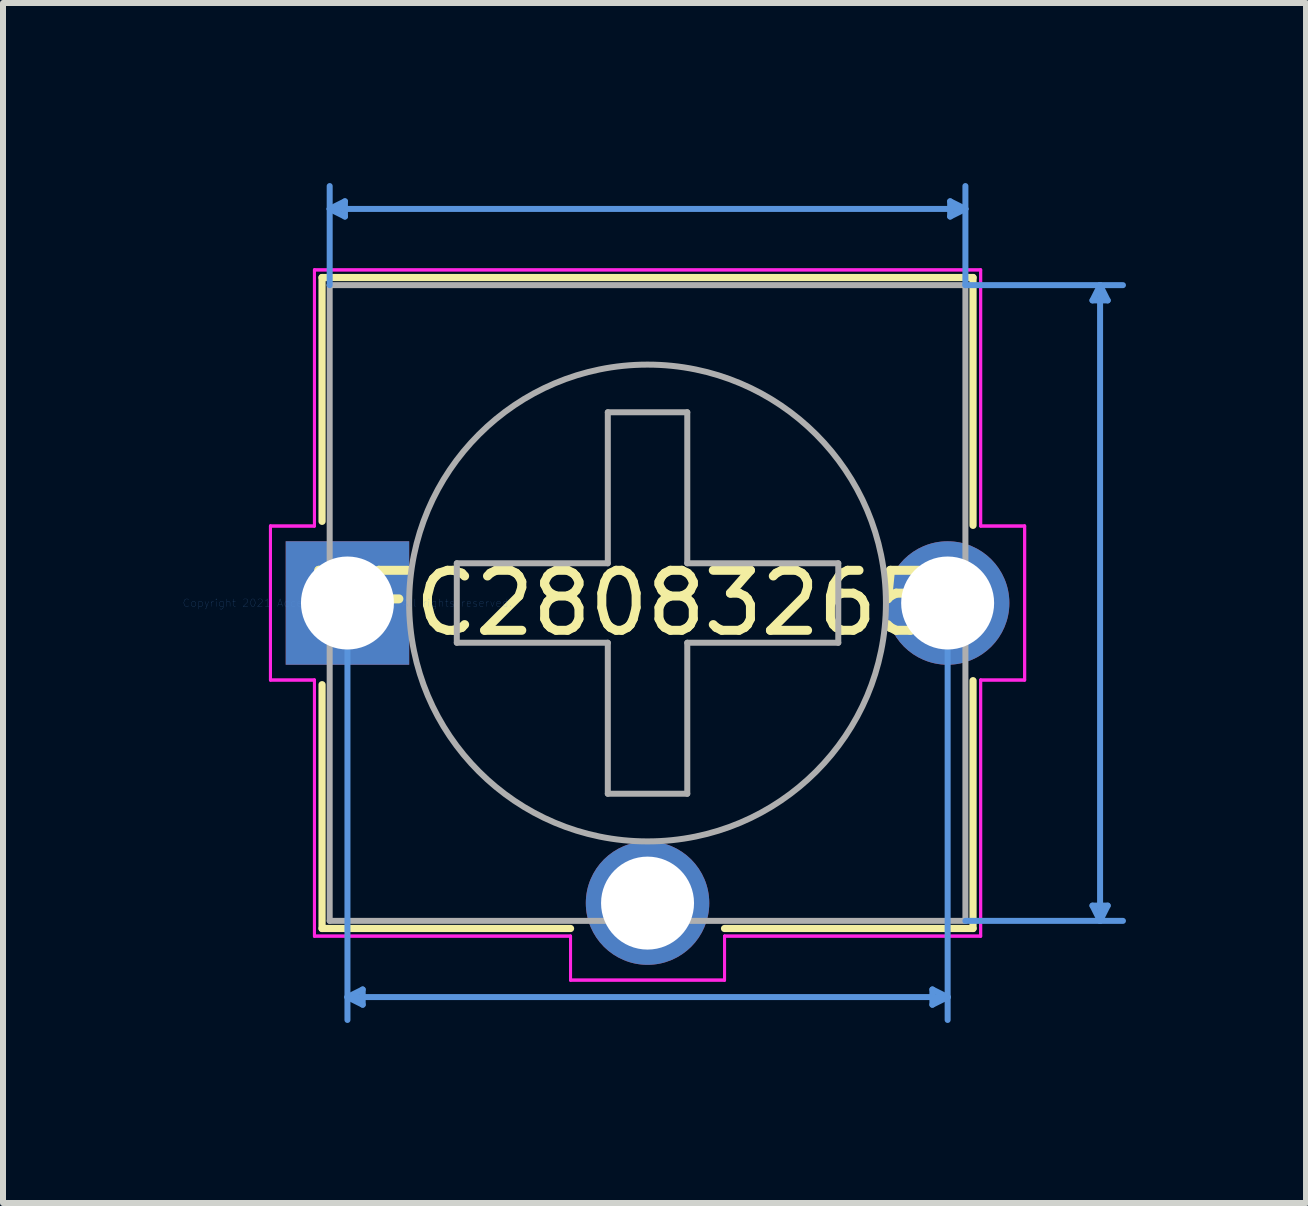
<source format=kicad_pcb>
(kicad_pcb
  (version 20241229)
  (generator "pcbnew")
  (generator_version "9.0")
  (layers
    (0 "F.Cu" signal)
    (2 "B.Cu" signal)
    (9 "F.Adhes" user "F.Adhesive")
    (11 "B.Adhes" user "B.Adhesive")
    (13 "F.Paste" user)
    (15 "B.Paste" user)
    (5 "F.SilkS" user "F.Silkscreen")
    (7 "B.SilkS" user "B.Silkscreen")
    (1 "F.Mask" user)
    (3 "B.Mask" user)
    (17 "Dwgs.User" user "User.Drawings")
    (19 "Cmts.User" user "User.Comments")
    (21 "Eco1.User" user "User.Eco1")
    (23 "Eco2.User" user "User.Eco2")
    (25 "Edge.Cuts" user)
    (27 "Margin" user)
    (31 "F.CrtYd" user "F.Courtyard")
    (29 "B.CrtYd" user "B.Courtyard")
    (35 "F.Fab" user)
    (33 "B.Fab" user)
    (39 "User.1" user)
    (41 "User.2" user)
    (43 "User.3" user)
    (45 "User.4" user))
  (footprint "BFC280832659"
    (layer "F.Cu")
    (at 2.739 6.997)
    (property "Reference" "BFC280832659" (at 5 0 0) (layer "F.SilkS") (effects (font (size 1 1) (thickness 0.15))))
    (attr through_hole)
    (fp_line (start -0.423 -5.423) (end -0.423 -1.361) (stroke (width 0.12) (type solid)) (layer "F.SilkS"))
    (fp_line (start -0.423 1.361) (end -0.423 5.423) (stroke (width 0.12) (type solid)) (layer "F.SilkS"))
    (fp_line (start -0.423 5.423) (end 3.717 5.423) (stroke (width 0.12) (type solid)) (layer "F.SilkS"))
    (fp_line (start 10.423 -5.423) (end -0.423 -5.423) (stroke (width 0.12) (type solid)) (layer "F.SilkS"))
    (fp_line (start 10.423 -1.294) (end 10.423 -5.423) (stroke (width 0.12) (type solid)) (layer "F.SilkS"))
    (fp_line (start 10.423 5.423) (end 6.283 5.423) (stroke (width 0.12) (type solid)) (layer "F.SilkS"))
    (fp_line (start 10.423 5.423) (end 10.423 1.294) (stroke (width 0.12) (type solid)) (layer "F.SilkS"))
    (fp_line (start -0.296 -6.566) (end -0.042 -6.693) (stroke (width 0.1) (type solid)) (layer "Cmts.User"))
    (fp_line (start -0.296 -6.566) (end -0.042 -6.439) (stroke (width 0.1) (type solid)) (layer "Cmts.User"))
    (fp_line (start -0.296 -6.566) (end 10.296 -6.566) (stroke (width 0.1) (type solid)) (layer "Cmts.User"))
    (fp_line (start -0.296 -5.296) (end -0.296 -6.947) (stroke (width 0.1) (type solid)) (layer "Cmts.User"))
    (fp_line (start -0.042 -6.693) (end -0.042 -6.439) (stroke (width 0.1) (type solid)) (layer "Cmts.User"))
    (fp_line (start 0 0) (end 0 6.947) (stroke (width 0.1) (type solid)) (layer "Cmts.User"))
    (fp_line (start 0 6.566) (end 0.254 6.439) (stroke (width 0.1) (type solid)) (layer "Cmts.User"))
    (fp_line (start 0 6.566) (end 0.254 6.693) (stroke (width 0.1) (type solid)) (layer "Cmts.User"))
    (fp_line (start 0 6.566) (end 10 6.566) (stroke (width 0.1) (type solid)) (layer "Cmts.User"))
    (fp_line (start 0.254 6.439) (end 0.254 6.693) (stroke (width 0.1) (type solid)) (layer "Cmts.User"))
    (fp_line (start 9.746 6.439) (end 9.746 6.693) (stroke (width 0.1) (type solid)) (layer "Cmts.User"))
    (fp_line (start 10 0) (end 10 6.947) (stroke (width 0.1) (type solid)) (layer "Cmts.User"))
    (fp_line (start 10 6.566) (end 9.746 6.439) (stroke (width 0.1) (type solid)) (layer "Cmts.User"))
    (fp_line (start 10 6.566) (end 9.746 6.693) (stroke (width 0.1) (type solid)) (layer "Cmts.User"))
    (fp_line (start 10.042 -6.693) (end 10.042 -6.439) (stroke (width 0.1) (type solid)) (layer "Cmts.User"))
    (fp_line (start 10.296 -6.566) (end 10.042 -6.693) (stroke (width 0.1) (type solid)) (layer "Cmts.User"))
    (fp_line (start 10.296 -6.566) (end 10.042 -6.439) (stroke (width 0.1) (type solid)) (layer "Cmts.User"))
    (fp_line (start 10.296 -5.296) (end 10.296 -6.947) (stroke (width 0.1) (type solid)) (layer "Cmts.User"))
    (fp_line (start 10.296 -5.296) (end 12.921 -5.296) (stroke (width 0.1) (type solid)) (layer "Cmts.User"))
    (fp_line (start 10.296 5.296) (end 12.921 5.296) (stroke (width 0.1) (type solid)) (layer "Cmts.User"))
    (fp_line (start 12.413 -5.042) (end 12.667 -5.042) (stroke (width 0.1) (type solid)) (layer "Cmts.User"))
    (fp_line (start 12.413 5.042) (end 12.667 5.042) (stroke (width 0.1) (type solid)) (layer "Cmts.User"))
    (fp_line (start 12.54 -5.296) (end 12.413 -5.042) (stroke (width 0.1) (type solid)) (layer "Cmts.User"))
    (fp_line (start 12.54 -5.296) (end 12.54 5.296) (stroke (width 0.1) (type solid)) (layer "Cmts.User"))
    (fp_line (start 12.54 -5.296) (end 12.667 -5.042) (stroke (width 0.1) (type solid)) (layer "Cmts.User"))
    (fp_line (start 12.54 5.296) (end 12.413 5.042) (stroke (width 0.1) (type solid)) (layer "Cmts.User"))
    (fp_line (start 12.54 5.296) (end 12.667 5.042) (stroke (width 0.1) (type solid)) (layer "Cmts.User"))
    (fp_line (start -1.283 -1.283) (end -1.283 1.283) (stroke (width 0.05) (type solid)) (layer "F.CrtYd"))
    (fp_line (start -1.283 -1.283) (end -1.283 1.283) (stroke (width 0.05) (type solid)) (layer "F.CrtYd"))
    (fp_line (start -1.283 1.283) (end -0.55 1.283) (stroke (width 0.05) (type solid)) (layer "F.CrtYd"))
    (fp_line (start -1.283 1.283) (end -0.55 1.283) (stroke (width 0.05) (type solid)) (layer "F.CrtYd"))
    (fp_line (start -0.55 -5.55) (end -0.55 -1.283) (stroke (width 0.05) (type solid)) (layer "F.CrtYd"))
    (fp_line (start -0.55 -5.55) (end -0.55 -1.283) (stroke (width 0.05) (type solid)) (layer "F.CrtYd"))
    (fp_line (start -0.55 -1.283) (end -1.283 -1.283) (stroke (width 0.05) (type solid)) (layer "F.CrtYd"))
    (fp_line (start -0.55 -1.283) (end -1.283 -1.283) (stroke (width 0.05) (type solid)) (layer "F.CrtYd"))
    (fp_line (start -0.55 1.283) (end -0.55 5.55) (stroke (width 0.05) (type solid)) (layer "F.CrtYd"))
    (fp_line (start -0.55 1.283) (end -0.55 5.55) (stroke (width 0.05) (type solid)) (layer "F.CrtYd"))
    (fp_line (start -0.55 5.55) (end 3.717 5.55) (stroke (width 0.05) (type solid)) (layer "F.CrtYd"))
    (fp_line (start -0.55 5.55) (end 3.717 5.55) (stroke (width 0.05) (type solid)) (layer "F.CrtYd"))
    (fp_line (start 3.717 5.55) (end 3.717 6.283) (stroke (width 0.05) (type solid)) (layer "F.CrtYd"))
    (fp_line (start 3.717 5.55) (end 3.717 6.283) (stroke (width 0.05) (type solid)) (layer "F.CrtYd"))
    (fp_line (start 3.717 6.283) (end 6.283 6.283) (stroke (width 0.05) (type solid)) (layer "F.CrtYd"))
    (fp_line (start 3.717 6.283) (end 6.283 6.283) (stroke (width 0.05) (type solid)) (layer "F.CrtYd"))
    (fp_line (start 6.283 5.55) (end 10.55 5.55) (stroke (width 0.05) (type solid)) (layer "F.CrtYd"))
    (fp_line (start 6.283 5.55) (end 10.55 5.55) (stroke (width 0.05) (type solid)) (layer "F.CrtYd"))
    (fp_line (start 6.283 6.283) (end 6.283 5.55) (stroke (width 0.05) (type solid)) (layer "F.CrtYd"))
    (fp_line (start 6.283 6.283) (end 6.283 5.55) (stroke (width 0.05) (type solid)) (layer "F.CrtYd"))
    (fp_line (start 10.55 -5.55) (end -0.55 -5.55) (stroke (width 0.05) (type solid)) (layer "F.CrtYd"))
    (fp_line (start 10.55 -5.55) (end -0.55 -5.55) (stroke (width 0.05) (type solid)) (layer "F.CrtYd"))
    (fp_line (start 10.55 -1.283) (end 10.55 -5.55) (stroke (width 0.05) (type solid)) (layer "F.CrtYd"))
    (fp_line (start 10.55 -1.283) (end 10.55 -5.55) (stroke (width 0.05) (type solid)) (layer "F.CrtYd"))
    (fp_line (start 10.55 1.283) (end 11.283 1.283) (stroke (width 0.05) (type solid)) (layer "F.CrtYd"))
    (fp_line (start 10.55 1.283) (end 11.283 1.283) (stroke (width 0.05) (type solid)) (layer "F.CrtYd"))
    (fp_line (start 10.55 5.55) (end 10.55 1.283) (stroke (width 0.05) (type solid)) (layer "F.CrtYd"))
    (fp_line (start 10.55 5.55) (end 10.55 1.283) (stroke (width 0.05) (type solid)) (layer "F.CrtYd"))
    (fp_line (start 11.283 -1.283) (end 10.55 -1.283) (stroke (width 0.05) (type solid)) (layer "F.CrtYd"))
    (fp_line (start 11.283 -1.283) (end 10.55 -1.283) (stroke (width 0.05) (type solid)) (layer "F.CrtYd"))
    (fp_line (start 11.283 1.283) (end 11.283 -1.283) (stroke (width 0.05) (type solid)) (layer "F.CrtYd"))
    (fp_line (start 11.283 1.283) (end 11.283 -1.283) (stroke (width 0.05) (type solid)) (layer "F.CrtYd"))
    (fp_line (start -0.296 -5.296) (end -0.296 5.296) (stroke (width 0.1) (type solid)) (layer "F.Fab"))
    (fp_line (start -0.296 5.296) (end 10.296 5.296) (stroke (width 0.1) (type solid)) (layer "F.Fab"))
    (fp_line (start -0.254 0) (end 0.254 0) (stroke (width 0.1) (type solid)) (layer "F.Fab"))
    (fp_line (start 0 0.254) (end 0 -0.254) (stroke (width 0.1) (type solid)) (layer "F.Fab"))
    (fp_line (start 1.822 -0.662) (end 1.822 0.662) (stroke (width 0.1) (type solid)) (layer "F.Fab"))
    (fp_line (start 4.338 -3.178) (end 4.338 -0.662) (stroke (width 0.1) (type solid)) (layer "F.Fab"))
    (fp_line (start 4.338 -3.178) (end 5.662 -3.178) (stroke (width 0.1) (type solid)) (layer "F.Fab"))
    (fp_line (start 4.338 -0.662) (end 1.822 -0.662) (stroke (width 0.1) (type solid)) (layer "F.Fab"))
    (fp_line (start 4.338 0.662) (end 1.822 0.662) (stroke (width 0.1) (type solid)) (layer "F.Fab"))
    (fp_line (start 4.338 3.178) (end 4.338 0.662) (stroke (width 0.1) (type solid)) (layer "F.Fab"))
    (fp_line (start 4.338 3.178) (end 5.662 3.178) (stroke (width 0.1) (type solid)) (layer "F.Fab"))
    (fp_line (start 5.662 -3.178) (end 5.662 -0.662) (stroke (width 0.1) (type solid)) (layer "F.Fab"))
    (fp_line (start 5.662 -0.662) (end 8.178 -0.662) (stroke (width 0.1) (type solid)) (layer "F.Fab"))
    (fp_line (start 5.662 0.662) (end 8.178 0.662) (stroke (width 0.1) (type solid)) (layer "F.Fab"))
    (fp_line (start 5.662 3.178) (end 5.662 0.662) (stroke (width 0.1) (type solid)) (layer "F.Fab"))
    (fp_line (start 8.178 -0.662) (end 8.178 0.662) (stroke (width 0.1) (type solid)) (layer "F.Fab"))
    (fp_line (start 10.296 -5.296) (end -0.296 -5.296) (stroke (width 0.1) (type solid)) (layer "F.Fab"))
    (fp_line (start 10.296 5.296) (end 10.296 -5.296) (stroke (width 0.1) (type solid)) (layer "F.Fab"))
    (fp_circle (center 0.212 0) (end 0.212 0) (stroke (width 0.1) (type solid)) (fill no) (layer "F.Fab"))
    (fp_circle (center 5 0) (end 8.972 0) (stroke (width 0.1) (type solid)) (fill no) (layer "F.Fab"))
    (fp_text user "*" (at 0 0 0) (layer "F.SilkS") (effects (font (size 1 1) (thickness 0.15))))
    (fp_text user "Copyright 2021 Accelerated Designs. All rights reserved." (at 0 0 0) (layer "Cmts.User") (effects (font (size 0.127 0.127) (thickness 0.002))))
    (fp_text user "*" (at 0 0 0) (layer "F.Fab") (effects (font (size 1 1) (thickness 0.15))))
    (pad "1" thru_hole rect (at 0 0) (size 2.057 2.057) (drill 1.549) (layers "*.Cu" "*.Mask"))
    (pad "2" thru_hole circle (at 10 0) (size 2.057 2.057) (drill 1.549) (layers "*.Cu" "*.Mask"))
    (pad "3" thru_hole circle (at 5 5) (size 2.057 2.057) (drill 1.549) (layers "*.Cu" "*.Mask")))
  (gr_rect
    (start -3 -3)
    (end 18.71 16.994)
    (stroke (width 0.1) (type default))
    (fill no)
    (layer "Edge.Cuts")))
</source>
